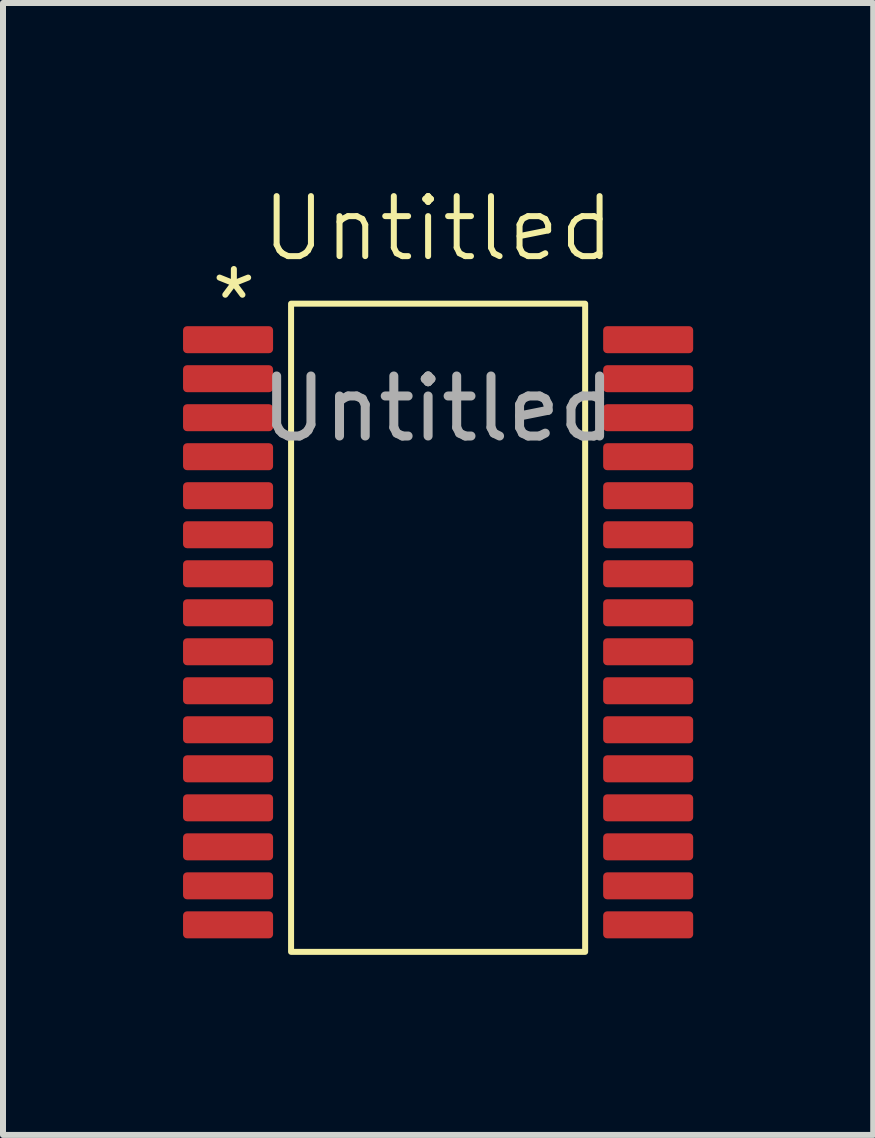
<source format=kicad_pcb>
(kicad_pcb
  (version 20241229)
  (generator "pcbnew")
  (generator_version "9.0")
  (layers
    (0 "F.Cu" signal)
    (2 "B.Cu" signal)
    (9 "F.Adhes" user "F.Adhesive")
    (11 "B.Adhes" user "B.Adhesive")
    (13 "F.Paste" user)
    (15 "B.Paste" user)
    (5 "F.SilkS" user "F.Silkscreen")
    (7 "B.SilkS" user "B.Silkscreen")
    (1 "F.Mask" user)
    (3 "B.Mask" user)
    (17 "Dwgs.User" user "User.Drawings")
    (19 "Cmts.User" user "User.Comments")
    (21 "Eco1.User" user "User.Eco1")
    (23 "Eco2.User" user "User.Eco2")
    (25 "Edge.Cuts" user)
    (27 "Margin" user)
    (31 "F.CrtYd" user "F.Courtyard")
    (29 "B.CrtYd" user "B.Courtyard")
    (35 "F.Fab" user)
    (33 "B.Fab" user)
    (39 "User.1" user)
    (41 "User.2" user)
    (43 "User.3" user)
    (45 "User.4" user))
  (footprint "Untitled"
    (layer "F.Cu")
    (at 4.25 1.26)
    (property "Reference" "Untitled" (at 0 -0.5 0) (unlocked yes) (layer "F.SilkS") (effects (font (size 1 1) (thickness 0.1))))
    (attr smd)
    (fp_rect (start -2.45 0.75) (end 2.45 11.55) (stroke (width 0.1) (type default)) (fill no) (layer "F.SilkS"))
    (fp_text user "*" (at -3.85 1.3 0) (unlocked yes) (layer "F.SilkS") (effects (font (size 1 1) (thickness 0.1)) (justify left bottom)))
    (fp_text user "${REFERENCE}" (at 0 2.5 0) (unlocked yes) (layer "F.Fab") (effects (font (size 1 1) (thickness 0.15))))
    (pad "1" smd roundrect (at -3.5 1.35) (size 1.5 0.45) (layers "F.Cu" "F.Mask" "F.Paste") (roundrect_rratio 0.15))
    (pad "2" smd roundrect (at -3.5 2) (size 1.5 0.45) (layers "F.Cu" "F.Mask" "F.Paste") (roundrect_rratio 0.15))
    (pad "3" smd roundrect (at -3.5 2.65) (size 1.5 0.45) (layers "F.Cu" "F.Mask" "F.Paste") (roundrect_rratio 0.15))
    (pad "4" smd roundrect (at -3.5 3.3) (size 1.5 0.45) (layers "F.Cu" "F.Mask" "F.Paste") (roundrect_rratio 0.15))
    (pad "5" smd roundrect (at -3.5 3.95) (size 1.5 0.45) (layers "F.Cu" "F.Mask" "F.Paste") (roundrect_rratio 0.15))
    (pad "6" smd roundrect (at -3.5 4.6) (size 1.5 0.45) (layers "F.Cu" "F.Mask" "F.Paste") (roundrect_rratio 0.15))
    (pad "7" smd roundrect (at -3.5 5.25) (size 1.5 0.45) (layers "F.Cu" "F.Mask" "F.Paste") (roundrect_rratio 0.15))
    (pad "8" smd roundrect (at -3.5 5.9) (size 1.5 0.45) (layers "F.Cu" "F.Mask" "F.Paste") (roundrect_rratio 0.15))
    (pad "9" smd roundrect (at -3.5 6.55) (size 1.5 0.45) (layers "F.Cu" "F.Mask" "F.Paste") (roundrect_rratio 0.15))
    (pad "10" smd roundrect (at -3.5 7.2) (size 1.5 0.45) (layers "F.Cu" "F.Mask" "F.Paste") (roundrect_rratio 0.15))
    (pad "11" smd roundrect (at -3.5 7.85) (size 1.5 0.45) (layers "F.Cu" "F.Mask" "F.Paste") (roundrect_rratio 0.15))
    (pad "12" smd roundrect (at -3.5 8.5) (size 1.5 0.45) (layers "F.Cu" "F.Mask" "F.Paste") (roundrect_rratio 0.15))
    (pad "13" smd roundrect (at -3.5 9.15) (size 1.5 0.45) (layers "F.Cu" "F.Mask" "F.Paste") (roundrect_rratio 0.15))
    (pad "14" smd roundrect (at -3.5 9.8) (size 1.5 0.45) (layers "F.Cu" "F.Mask" "F.Paste") (roundrect_rratio 0.15))
    (pad "15" smd roundrect (at -3.5 10.45) (size 1.5 0.45) (layers "F.Cu" "F.Mask" "F.Paste") (roundrect_rratio 0.15))
    (pad "16" smd roundrect (at -3.5 11.1) (size 1.5 0.45) (layers "F.Cu" "F.Mask" "F.Paste") (roundrect_rratio 0.15))
    (pad "17" smd roundrect (at 3.5 11.1 180) (size 1.5 0.45) (layers "F.Cu" "F.Mask" "F.Paste") (roundrect_rratio 0.15))
    (pad "18" smd roundrect (at 3.5 10.45 180) (size 1.5 0.45) (layers "F.Cu" "F.Mask" "F.Paste") (roundrect_rratio 0.15))
    (pad "19" smd roundrect (at 3.5 9.8 180) (size 1.5 0.45) (layers "F.Cu" "F.Mask" "F.Paste") (roundrect_rratio 0.15))
    (pad "20" smd roundrect (at 3.5 9.15 180) (size 1.5 0.45) (layers "F.Cu" "F.Mask" "F.Paste") (roundrect_rratio 0.15))
    (pad "21" smd roundrect (at 3.5 8.5 180) (size 1.5 0.45) (layers "F.Cu" "F.Mask" "F.Paste") (roundrect_rratio 0.15))
    (pad "22" smd roundrect (at 3.5 7.85 180) (size 1.5 0.45) (layers "F.Cu" "F.Mask" "F.Paste") (roundrect_rratio 0.15))
    (pad "23" smd roundrect (at 3.5 7.2 180) (size 1.5 0.45) (layers "F.Cu" "F.Mask" "F.Paste") (roundrect_rratio 0.15))
    (pad "24" smd roundrect (at 3.5 6.55 180) (size 1.5 0.45) (layers "F.Cu" "F.Mask" "F.Paste") (roundrect_rratio 0.15))
    (pad "25" smd roundrect (at 3.5 5.9 180) (size 1.5 0.45) (layers "F.Cu" "F.Mask" "F.Paste") (roundrect_rratio 0.15))
    (pad "26" smd roundrect (at 3.5 5.25 180) (size 1.5 0.45) (layers "F.Cu" "F.Mask" "F.Paste") (roundrect_rratio 0.15))
    (pad "27" smd roundrect (at 3.5 4.6 180) (size 1.5 0.45) (layers "F.Cu" "F.Mask" "F.Paste") (roundrect_rratio 0.15))
    (pad "28" smd roundrect (at 3.5 3.95 180) (size 1.5 0.45) (layers "F.Cu" "F.Mask" "F.Paste") (roundrect_rratio 0.15))
    (pad "29" smd roundrect (at 3.5 3.3 180) (size 1.5 0.45) (layers "F.Cu" "F.Mask" "F.Paste") (roundrect_rratio 0.15))
    (pad "30" smd roundrect (at 3.5 2.65 180) (size 1.5 0.45) (layers "F.Cu" "F.Mask" "F.Paste") (roundrect_rratio 0.15))
    (pad "31" smd roundrect (at 3.5 2 180) (size 1.5 0.45) (layers "F.Cu" "F.Mask" "F.Paste") (roundrect_rratio 0.15))
    (pad "32" smd roundrect (at 3.5 1.35 180) (size 1.5 0.45) (layers "F.Cu" "F.Mask" "F.Paste") (roundrect_rratio 0.15)))
  (gr_rect
    (start -3 -3)
    (end 11.5 15.861)
    (stroke (width 0.1) (type default))
    (fill no)
    (layer "Edge.Cuts")))
</source>
